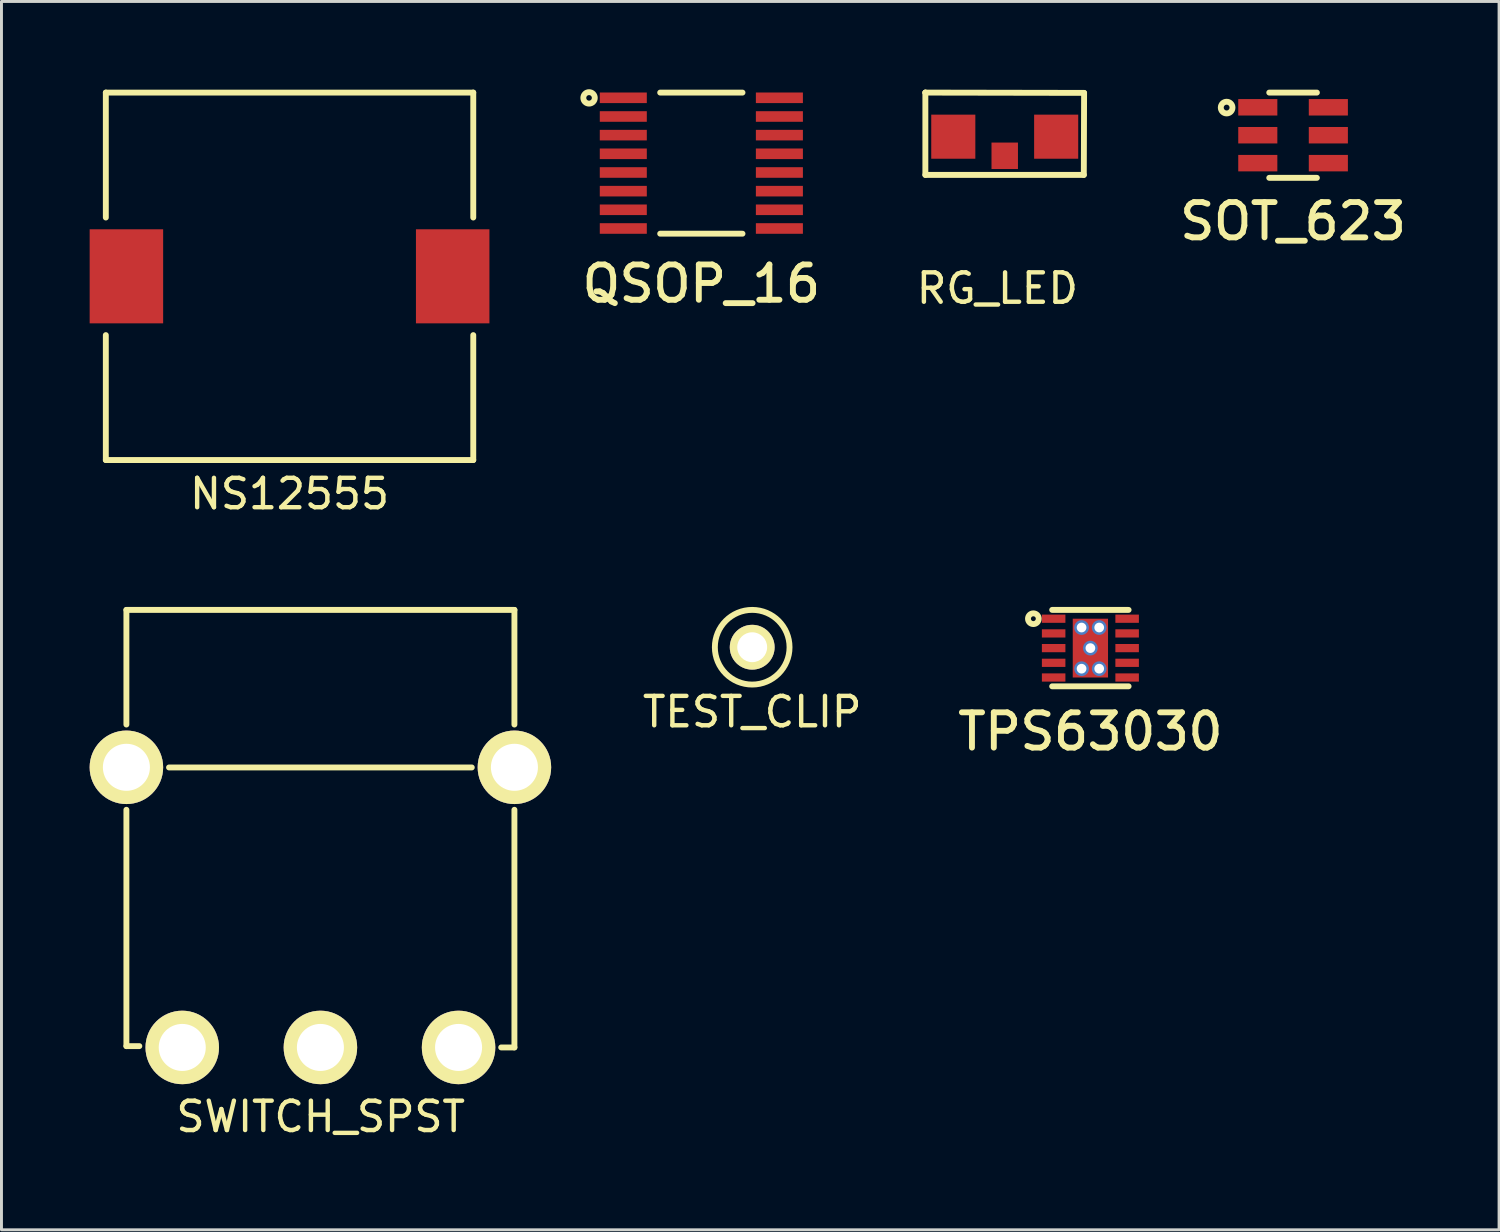
<source format=kicad_pcb>
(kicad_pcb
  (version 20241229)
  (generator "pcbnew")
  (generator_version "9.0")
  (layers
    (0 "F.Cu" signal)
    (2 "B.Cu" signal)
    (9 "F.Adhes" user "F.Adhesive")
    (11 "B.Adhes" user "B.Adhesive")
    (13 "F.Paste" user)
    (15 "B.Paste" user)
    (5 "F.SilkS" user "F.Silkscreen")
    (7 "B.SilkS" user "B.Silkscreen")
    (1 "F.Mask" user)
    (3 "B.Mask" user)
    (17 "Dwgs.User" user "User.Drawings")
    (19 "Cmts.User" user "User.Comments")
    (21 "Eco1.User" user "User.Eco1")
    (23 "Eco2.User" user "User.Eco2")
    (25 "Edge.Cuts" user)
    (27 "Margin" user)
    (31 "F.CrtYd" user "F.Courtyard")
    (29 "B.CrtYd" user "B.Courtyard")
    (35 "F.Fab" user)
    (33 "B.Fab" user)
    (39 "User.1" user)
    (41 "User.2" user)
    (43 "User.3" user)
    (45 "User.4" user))
  (footprint "TEST_CLIP"
    (layer "F.Cu")
    (at 22.539 18.968)
    (property "Reference" "TEST_CLIP" (at 0 2.2 0) (layer "F.SilkS") (effects (font (size 1 1) (thickness 0.15))))
    (attr through_hole)
    (fp_circle (center 0 0) (end 1.27 0.02) (stroke (width 0.2) (type solid)) (fill no) (layer "F.SilkS"))
    (pad "1" thru_hole circle (at 0 0) (size 1.524 1.524) (drill 1.016) (layers "*.Cu" "*.Mask" "F.SilkS")))
  (footprint "SWITCH_SPST"
    (layer "F.Cu")
    (at 7.85 27.818)
    (property "Reference" "SWITCH_SPST" (at 0.01 7.12 0) (layer "F.SilkS") (effects (font (size 1 1) (thickness 0.15))))
    (attr through_hole)
    (fp_line (start -6.6 -10.12) (end 6.6 -10.12) (stroke (width 0.2) (type solid)) (layer "F.SilkS"))
    (fp_line (start -6.6 -6.22) (end -6.6 -10.12) (stroke (width 0.2) (type solid)) (layer "F.SilkS"))
    (fp_line (start -6.6 4.72) (end -6.6 -3.32) (stroke (width 0.2) (type solid)) (layer "F.SilkS"))
    (fp_line (start -6.16 4.72) (end -6.6 4.72) (stroke (width 0.2) (type solid)) (layer "F.SilkS"))
    (fp_line (start -5.15 -4.76) (end 5.15 -4.76) (stroke (width 0.2) (type solid)) (layer "F.SilkS"))
    (fp_line (start 6.6 -10.12) (end 6.6 -6.22) (stroke (width 0.2) (type solid)) (layer "F.SilkS"))
    (fp_line (start 6.6 4.765) (end 6.15 4.765) (stroke (width 0.2) (type solid)) (layer "F.SilkS"))
    (fp_line (start 6.6 4.765) (end 6.6 -3.32) (stroke (width 0.2) (type solid)) (layer "F.SilkS"))
    (pad "" thru_hole circle (at -6.6 -4.765) (size 2.5 2.5) (drill 1.6) (layers "*.Cu" "*.Mask" "F.SilkS"))
    (pad "" thru_hole circle (at 4.7 4.765) (size 2.5 2.5) (drill 1.6) (layers "*.Cu" "*.Mask" "F.SilkS"))
    (pad "" thru_hole circle (at 6.6 -4.765) (size 2.5 2.5) (drill 1.6) (layers "*.Cu" "*.Mask" "F.SilkS"))
    (pad "1" thru_hole circle (at 0 4.765) (size 2.5 2.5) (drill 1.6) (layers "*.Cu" "*.Mask" "F.SilkS"))
    (pad "2" thru_hole circle (at -4.7 4.765) (size 2.5 2.5) (drill 1.6) (layers "*.Cu" "*.Mask" "F.SilkS")))
  (footprint "SOT_623"
    (layer "F.Cu")
    (at 40.939 1.55)
    (property "Reference" "SOT_623" (at 0 2.93 0) (layer "F.SilkS") (effects (font (size 1.2 1.2) (thickness 0.2))))
    (attr through_hole)
    (fp_line (start -0.81 1.45) (end 0.81 1.45) (stroke (width 0.2) (type solid)) (layer "F.SilkS"))
    (fp_line (start 0.81 -1.45) (end -0.81 -1.45) (stroke (width 0.2) (type solid)) (layer "F.SilkS"))
    (fp_circle (center -2.26 -0.94) (end -2.19 -1.01) (stroke (width 0.2) (type solid)) (fill no) (layer "F.SilkS"))
    (pad "1" smd rect (at -1.2 -0.95) (size 1.33 0.56) (layers "F.Cu" "F.Mask" "F.Paste"))
    (pad "2" smd rect (at -1.2 0) (size 1.33 0.56) (layers "F.Cu" "F.Mask" "F.Paste"))
    (pad "3" smd rect (at -1.2 0.95) (size 1.33 0.56) (layers "F.Cu" "F.Mask" "F.Paste"))
    (pad "4" smd rect (at 1.2 0.95) (size 1.33 0.56) (layers "F.Cu" "F.Mask" "F.Paste"))
    (pad "5" smd rect (at 1.2 0) (size 1.33 0.56) (layers "F.Cu" "F.Mask" "F.Paste"))
    (pad "6" smd rect (at 1.2 -0.95) (size 1.33 0.56) (layers "F.Cu" "F.Mask" "F.Paste")))
  (footprint "RG_LED"
    (layer "F.Cu")
    (at 31.13 1.6)
    (property "Reference" "RG_LED" (at -0.25 5.16 0) (layer "F.SilkS") (effects (font (size 1 1) (thickness 0.15))))
    (attr through_hole)
    (fp_line (start -2.7 -1.5) (end -2.69 -1.49) (stroke (width 0.2) (type solid)) (layer "F.SilkS"))
    (fp_line (start -2.7 -1.5) (end 2.7 -1.49) (stroke (width 0.2) (type solid)) (layer "F.SilkS"))
    (fp_line (start -2.7 1.3) (end -2.7 -1.5) (stroke (width 0.2) (type solid)) (layer "F.SilkS"))
    (fp_line (start 2.69 1.3) (end -2.7 1.3) (stroke (width 0.2) (type solid)) (layer "F.SilkS"))
    (fp_line (start 2.7 -1.49) (end 2.69 1.3) (stroke (width 0.2) (type solid)) (layer "F.SilkS"))
    (pad "1" smd rect (at 1.75 0) (size 1.5 1.5) (layers "F.Cu" "F.Mask" "F.Paste"))
    (pad "2" smd rect (at 0 0.65) (size 0.9 0.9) (layers "F.Cu" "F.Mask" "F.Paste"))
    (pad "3" smd rect (at -1.75 0) (size 1.5 1.5) (layers "F.Cu" "F.Mask" "F.Paste")))
  (footprint "NS12555"
    (layer "F.Cu")
    (at 6.8 6.35)
    (property "Reference" "NS12555" (at 0 7.4 0) (layer "F.SilkS") (effects (font (size 1 1) (thickness 0.15))))
    (attr through_hole)
    (fp_line (start -6.25 -6.25) (end 6.25 -6.25) (stroke (width 0.2) (type solid)) (layer "F.SilkS"))
    (fp_line (start -6.25 -2) (end -6.25 -6.25) (stroke (width 0.2) (type solid)) (layer "F.SilkS"))
    (fp_line (start -6.25 6.25) (end -6.25 2) (stroke (width 0.2) (type solid)) (layer "F.SilkS"))
    (fp_line (start 6.25 -2) (end 6.25 -6.25) (stroke (width 0.2) (type solid)) (layer "F.SilkS"))
    (fp_line (start 6.25 6.25) (end -6.25 6.25) (stroke (width 0.2) (type solid)) (layer "F.SilkS"))
    (fp_line (start 6.25 6.25) (end 6.25 2) (stroke (width 0.2) (type solid)) (layer "F.SilkS"))
    (pad "1" smd rect (at -5.55 0) (size 2.5 3.2) (layers "F.Cu" "F.Mask" "F.Paste"))
    (pad "2" smd rect (at 5.55 0) (size 2.5 3.2) (layers "F.Cu" "F.Mask" "F.Paste")))
  (footprint "TPS63030"
    (layer "F.Cu")
    (at 34.044 18.998)
    (property "Reference" "TPS63030" (at 0 2.84 0) (layer "F.SilkS") (effects (font (size 1.2 1.2) (thickness 0.2))))
    (attr through_hole)
    (fp_line (start -1.3 1.3) (end 1.3 1.3) (stroke (width 0.2) (type solid)) (layer "F.SilkS"))
    (fp_line (start 1.3 -1.3) (end -1.3 -1.3) (stroke (width 0.2) (type solid)) (layer "F.SilkS"))
    (fp_circle (center -1.94 -1) (end -1.86 -1.02) (stroke (width 0.2) (type solid)) (fill no) (layer "F.SilkS"))
    (pad "1" smd rect (at -1.25 -1) (size 0.8 0.28) (layers "F.Cu" "F.Mask" "F.Paste"))
    (pad "2" smd rect (at -1.25 -0.5) (size 0.8 0.28) (layers "F.Cu" "F.Mask" "F.Paste"))
    (pad "3" smd rect (at -1.25 0) (size 0.8 0.28) (layers "F.Cu" "F.Mask" "F.Paste"))
    (pad "3" thru_hole circle (at -0.3 -0.7) (size 0.5 0.5) (drill 0.33) (layers "*.Cu"))
    (pad "3" thru_hole circle (at -0.3 0.7) (size 0.5 0.5) (drill 0.33) (layers "*.Cu"))
    (pad "3" thru_hole circle (at 0 0) (size 0.5 0.5) (drill 0.33) (layers "*.Cu"))
    (pad "3" smd rect (at 0 0) (size 1.2 2) (layers "F.Cu" "F.Mask" "F.Paste"))
    (pad "3" thru_hole circle (at 0.3 -0.7) (size 0.5 0.5) (drill 0.33) (layers "*.Cu"))
    (pad "3" thru_hole circle (at 0.3 0.7) (size 0.5 0.5) (drill 0.33) (layers "*.Cu"))
    (pad "4" smd rect (at -1.25 0.5) (size 0.8 0.28) (layers "F.Cu" "F.Mask" "F.Paste"))
    (pad "5" smd rect (at -1.25 1) (size 0.8 0.28) (layers "F.Cu" "F.Mask" "F.Paste"))
    (pad "6" smd rect (at 1.25 1) (size 0.8 0.28) (layers "F.Cu" "F.Mask" "F.Paste"))
    (pad "7" smd rect (at 1.25 0.5) (size 0.8 0.28) (layers "F.Cu" "F.Mask" "F.Paste"))
    (pad "8" smd rect (at 1.25 0) (size 0.8 0.28) (layers "F.Cu" "F.Mask" "F.Paste"))
    (pad "9" smd rect (at 1.25 -0.5) (size 0.8 0.28) (layers "F.Cu" "F.Mask" "F.Paste"))
    (pad "10" smd rect (at 1.25 -1) (size 0.8 0.28) (layers "F.Cu" "F.Mask" "F.Paste")))
  (footprint "QSOP_16"
    (layer "F.Cu")
    (at 20.809 2.5)
    (property "Reference" "QSOP_16" (at 0 4.103 0) (layer "F.SilkS") (effects (font (size 1.2 1.2) (thickness 0.2))))
    (attr through_hole)
    (fp_line (start -1.4 2.4) (end 1.4 2.4) (stroke (width 0.2) (type solid)) (layer "F.SilkS"))
    (fp_line (start 1.4 -2.4) (end -1.4 -2.4) (stroke (width 0.2) (type solid)) (layer "F.SilkS"))
    (fp_circle (center -3.82 -2.22) (end -3.73 -2.25) (stroke (width 0.2) (type solid)) (fill no) (layer "F.SilkS"))
    (pad "1" smd rect (at -2.655 -2.223) (size 1.6 0.36) (layers "F.Cu" "F.Mask" "F.Paste"))
    (pad "2" smd rect (at -2.655 -1.587) (size 1.6 0.36) (layers "F.Cu" "F.Mask" "F.Paste"))
    (pad "3" smd rect (at -2.655 -0.953) (size 1.6 0.36) (layers "F.Cu" "F.Mask" "F.Paste"))
    (pad "4" smd rect (at -2.655 -0.318) (size 1.6 0.36) (layers "F.Cu" "F.Mask" "F.Paste"))
    (pad "5" smd rect (at -2.655 0.318) (size 1.6 0.36) (layers "F.Cu" "F.Mask" "F.Paste"))
    (pad "6" smd rect (at -2.655 0.953) (size 1.6 0.36) (layers "F.Cu" "F.Mask" "F.Paste"))
    (pad "7" smd rect (at -2.655 1.587) (size 1.6 0.36) (layers "F.Cu" "F.Mask" "F.Paste"))
    (pad "8" smd rect (at -2.655 2.223) (size 1.6 0.36) (layers "F.Cu" "F.Mask" "F.Paste"))
    (pad "9" smd rect (at 2.655 2.223) (size 1.6 0.36) (layers "F.Cu" "F.Mask" "F.Paste"))
    (pad "10" smd rect (at 2.655 1.587) (size 1.6 0.36) (layers "F.Cu" "F.Mask" "F.Paste"))
    (pad "11" smd rect (at 2.655 0.953) (size 1.6 0.36) (layers "F.Cu" "F.Mask" "F.Paste"))
    (pad "12" smd rect (at 2.655 0.318) (size 1.6 0.36) (layers "F.Cu" "F.Mask" "F.Paste"))
    (pad "13" smd rect (at 2.655 -0.318) (size 1.6 0.36) (layers "F.Cu" "F.Mask" "F.Paste"))
    (pad "14" smd rect (at 2.655 -0.953) (size 1.6 0.36) (layers "F.Cu" "F.Mask" "F.Paste"))
    (pad "15" smd rect (at 2.655 -1.587) (size 1.6 0.36) (layers "F.Cu" "F.Mask" "F.Paste"))
    (pad "16" smd rect (at 2.655 -2.223) (size 1.6 0.36) (layers "F.Cu" "F.Mask" "F.Paste")))
  (gr_rect
    (start -3 -3)
    (end 47.947 38.786)
    (stroke (width 0.1) (type default))
    (fill no)
    (layer "Edge.Cuts")))
</source>
